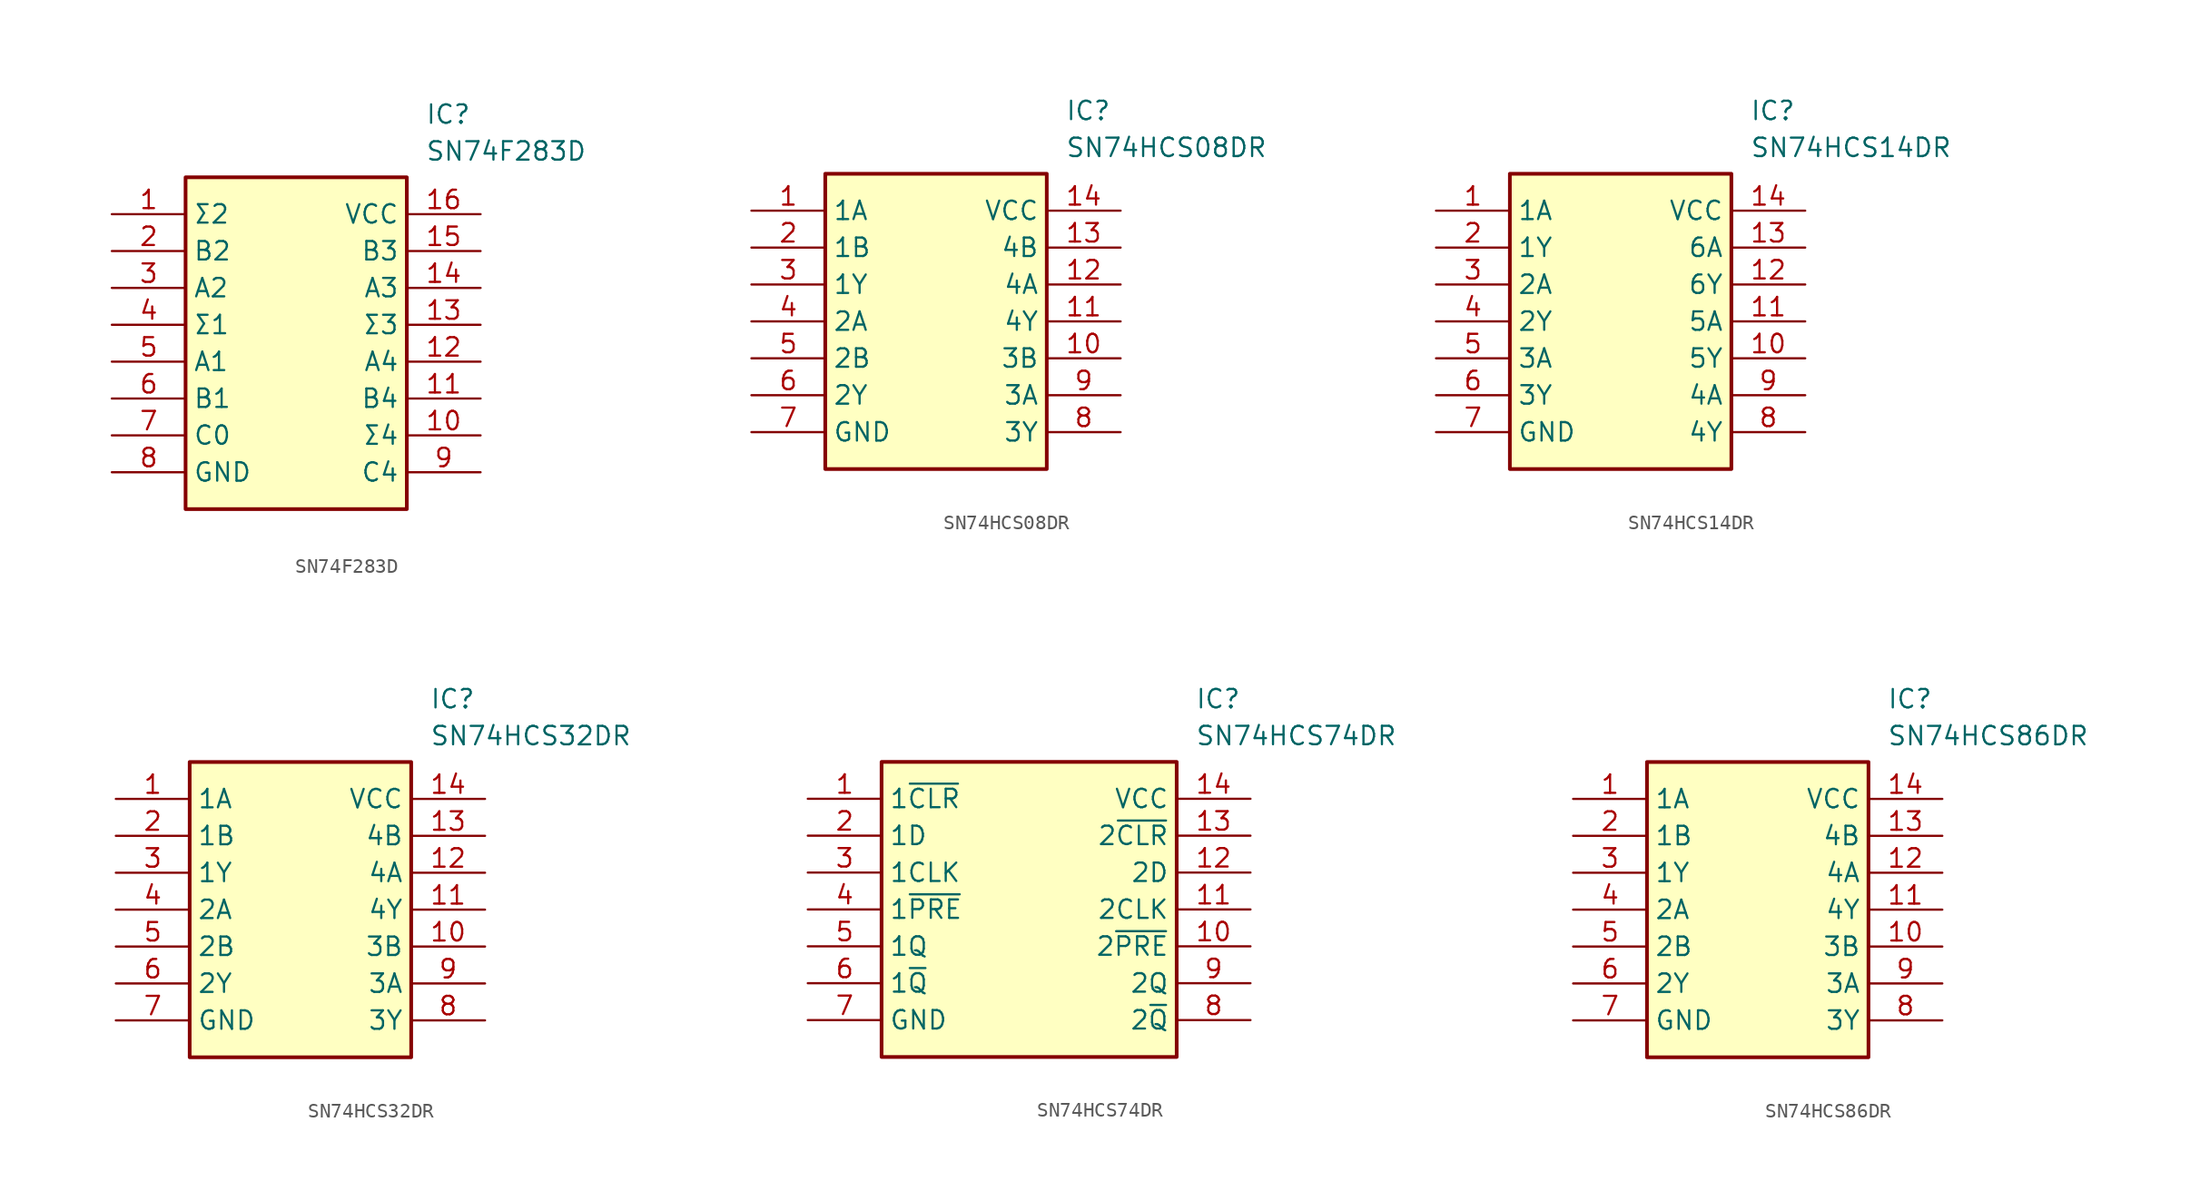
<source format=kicad_sym>
(kicad_symbol_lib
  (version 20241209)
  (generator "kicad_symbol_editor")
  (generator_version "9.0")
  (symbol "SN74F283D"
    (property "Reference" "IC"
      (at 21.59 7.62 0)
      (effects (font (size 1.27 1.27)) (justify left top)))
    (property "Value" "SN74F283D"
      (at 21.59 5.08 0)
      (effects (font (size 1.27 1.27)) (justify left top)))
    (symbol "SN74F283D_1_1"
      (rectangle (start 5.08 2.54) (end 20.32 -20.32) (stroke (width 0.254) (type default)) (fill (type background)))
      (pin passive line (at 0 0 0) (length 5.08) (name "Σ2" (effects (font (size 1.27 1.27)))) (number "1" (effects (font (size 1.27 1.27)))))
      (pin passive line (at 0 -2.54 0) (length 5.08) (name "B2" (effects (font (size 1.27 1.27)))) (number "2" (effects (font (size 1.27 1.27)))))
      (pin passive line (at 0 -5.08 0) (length 5.08) (name "A2" (effects (font (size 1.27 1.27)))) (number "3" (effects (font (size 1.27 1.27)))))
      (pin passive line (at 0 -7.62 0) (length 5.08) (name "Σ1" (effects (font (size 1.27 1.27)))) (number "4" (effects (font (size 1.27 1.27)))))
      (pin passive line (at 0 -10.16 0) (length 5.08) (name "A1" (effects (font (size 1.27 1.27)))) (number "5" (effects (font (size 1.27 1.27)))))
      (pin passive line (at 0 -12.7 0) (length 5.08) (name "B1" (effects (font (size 1.27 1.27)))) (number "6" (effects (font (size 1.27 1.27)))))
      (pin passive line (at 0 -15.24 0) (length 5.08) (name "C0" (effects (font (size 1.27 1.27)))) (number "7" (effects (font (size 1.27 1.27)))))
      (pin passive line (at 0 -17.78 0) (length 5.08) (name "GND" (effects (font (size 1.27 1.27)))) (number "8" (effects (font (size 1.27 1.27)))))
      (pin passive line (at 25.4 0 180) (length 5.08) (name "VCC" (effects (font (size 1.27 1.27)))) (number "16" (effects (font (size 1.27 1.27)))))
      (pin passive line (at 25.4 -2.54 180) (length 5.08) (name "B3" (effects (font (size 1.27 1.27)))) (number "15" (effects (font (size 1.27 1.27)))))
      (pin passive line (at 25.4 -5.08 180) (length 5.08) (name "A3" (effects (font (size 1.27 1.27)))) (number "14" (effects (font (size 1.27 1.27)))))
      (pin passive line (at 25.4 -7.62 180) (length 5.08) (name "Σ3" (effects (font (size 1.27 1.27)))) (number "13" (effects (font (size 1.27 1.27)))))
      (pin passive line (at 25.4 -10.16 180) (length 5.08) (name "A4" (effects (font (size 1.27 1.27)))) (number "12" (effects (font (size 1.27 1.27)))))
      (pin passive line (at 25.4 -12.7 180) (length 5.08) (name "B4" (effects (font (size 1.27 1.27)))) (number "11" (effects (font (size 1.27 1.27)))))
      (pin passive line (at 25.4 -15.24 180) (length 5.08) (name "Σ4" (effects (font (size 1.27 1.27)))) (number "10" (effects (font (size 1.27 1.27)))))
      (pin passive line (at 25.4 -17.78 180) (length 5.08) (name "C4" (effects (font (size 1.27 1.27)))) (number "9" (effects (font (size 1.27 1.27)))))))
  (symbol "SN74HCS08DR"
    (property "Reference" "IC"
      (at 21.59 7.62 0)
      (effects (font (size 1.27 1.27)) (justify left top)))
    (property "Value" "SN74HCS08DR"
      (at 21.59 5.08 0)
      (effects (font (size 1.27 1.27)) (justify left top)))
    (symbol "SN74HCS08DR_1_1"
      (rectangle (start 5.08 2.54) (end 20.32 -17.78) (stroke (width 0.254) (type default)) (fill (type background)))
      (pin passive line (at 0 0 0) (length 5.08) (name "1A" (effects (font (size 1.27 1.27)))) (number "1" (effects (font (size 1.27 1.27)))))
      (pin passive line (at 0 -2.54 0) (length 5.08) (name "1B" (effects (font (size 1.27 1.27)))) (number "2" (effects (font (size 1.27 1.27)))))
      (pin passive line (at 0 -5.08 0) (length 5.08) (name "1Y" (effects (font (size 1.27 1.27)))) (number "3" (effects (font (size 1.27 1.27)))))
      (pin passive line (at 0 -7.62 0) (length 5.08) (name "2A" (effects (font (size 1.27 1.27)))) (number "4" (effects (font (size 1.27 1.27)))))
      (pin passive line (at 0 -10.16 0) (length 5.08) (name "2B" (effects (font (size 1.27 1.27)))) (number "5" (effects (font (size 1.27 1.27)))))
      (pin passive line (at 0 -12.7 0) (length 5.08) (name "2Y" (effects (font (size 1.27 1.27)))) (number "6" (effects (font (size 1.27 1.27)))))
      (pin passive line (at 0 -15.24 0) (length 5.08) (name "GND" (effects (font (size 1.27 1.27)))) (number "7" (effects (font (size 1.27 1.27)))))
      (pin passive line (at 25.4 0 180) (length 5.08) (name "VCC" (effects (font (size 1.27 1.27)))) (number "14" (effects (font (size 1.27 1.27)))))
      (pin passive line (at 25.4 -2.54 180) (length 5.08) (name "4B" (effects (font (size 1.27 1.27)))) (number "13" (effects (font (size 1.27 1.27)))))
      (pin passive line (at 25.4 -5.08 180) (length 5.08) (name "4A" (effects (font (size 1.27 1.27)))) (number "12" (effects (font (size 1.27 1.27)))))
      (pin passive line (at 25.4 -7.62 180) (length 5.08) (name "4Y" (effects (font (size 1.27 1.27)))) (number "11" (effects (font (size 1.27 1.27)))))
      (pin passive line (at 25.4 -10.16 180) (length 5.08) (name "3B" (effects (font (size 1.27 1.27)))) (number "10" (effects (font (size 1.27 1.27)))))
      (pin passive line (at 25.4 -12.7 180) (length 5.08) (name "3A" (effects (font (size 1.27 1.27)))) (number "9" (effects (font (size 1.27 1.27)))))
      (pin passive line (at 25.4 -15.24 180) (length 5.08) (name "3Y" (effects (font (size 1.27 1.27)))) (number "8" (effects (font (size 1.27 1.27)))))))
  (symbol "SN74HCS14DR"
    (property "Reference" "IC"
      (at 21.59 7.62 0)
      (effects (font (size 1.27 1.27)) (justify left top)))
    (property "Value" "SN74HCS14DR"
      (at 21.59 5.08 0)
      (effects (font (size 1.27 1.27)) (justify left top)))
    (symbol "SN74HCS14DR_1_1"
      (rectangle (start 5.08 2.54) (end 20.32 -17.78) (stroke (width 0.254) (type default)) (fill (type background)))
      (pin passive line (at 0 0 0) (length 5.08) (name "1A" (effects (font (size 1.27 1.27)))) (number "1" (effects (font (size 1.27 1.27)))))
      (pin passive line (at 0 -2.54 0) (length 5.08) (name "1Y" (effects (font (size 1.27 1.27)))) (number "2" (effects (font (size 1.27 1.27)))))
      (pin passive line (at 0 -5.08 0) (length 5.08) (name "2A" (effects (font (size 1.27 1.27)))) (number "3" (effects (font (size 1.27 1.27)))))
      (pin passive line (at 0 -7.62 0) (length 5.08) (name "2Y" (effects (font (size 1.27 1.27)))) (number "4" (effects (font (size 1.27 1.27)))))
      (pin passive line (at 0 -10.16 0) (length 5.08) (name "3A" (effects (font (size 1.27 1.27)))) (number "5" (effects (font (size 1.27 1.27)))))
      (pin passive line (at 0 -12.7 0) (length 5.08) (name "3Y" (effects (font (size 1.27 1.27)))) (number "6" (effects (font (size 1.27 1.27)))))
      (pin power_in line (at 0 -15.24 0) (length 5.08) (name "GND" (effects (font (size 1.27 1.27)))) (number "7" (effects (font (size 1.27 1.27)))))
      (pin power_in line (at 25.4 0 180) (length 5.08) (name "VCC" (effects (font (size 1.27 1.27)))) (number "14" (effects (font (size 1.27 1.27)))))
      (pin passive line (at 25.4 -2.54 180) (length 5.08) (name "6A" (effects (font (size 1.27 1.27)))) (number "13" (effects (font (size 1.27 1.27)))))
      (pin passive line (at 25.4 -5.08 180) (length 5.08) (name "6Y" (effects (font (size 1.27 1.27)))) (number "12" (effects (font (size 1.27 1.27)))))
      (pin passive line (at 25.4 -7.62 180) (length 5.08) (name "5A" (effects (font (size 1.27 1.27)))) (number "11" (effects (font (size 1.27 1.27)))))
      (pin passive line (at 25.4 -10.16 180) (length 5.08) (name "5Y" (effects (font (size 1.27 1.27)))) (number "10" (effects (font (size 1.27 1.27)))))
      (pin passive line (at 25.4 -12.7 180) (length 5.08) (name "4A" (effects (font (size 1.27 1.27)))) (number "9" (effects (font (size 1.27 1.27)))))
      (pin passive line (at 25.4 -15.24 180) (length 5.08) (name "4Y" (effects (font (size 1.27 1.27)))) (number "8" (effects (font (size 1.27 1.27)))))))
  (symbol "SN74HCS32DR"
    (property "Reference" "IC"
      (at 21.59 7.62 0)
      (effects (font (size 1.27 1.27)) (justify left top)))
    (property "Value" "SN74HCS32DR"
      (at 21.59 5.08 0)
      (effects (font (size 1.27 1.27)) (justify left top)))
    (symbol "SN74HCS32DR_1_1"
      (rectangle (start 5.08 2.54) (end 20.32 -17.78) (stroke (width 0.254) (type default)) (fill (type background)))
      (pin passive line (at 0 0 0) (length 5.08) (name "1A" (effects (font (size 1.27 1.27)))) (number "1" (effects (font (size 1.27 1.27)))))
      (pin passive line (at 0 -2.54 0) (length 5.08) (name "1B" (effects (font (size 1.27 1.27)))) (number "2" (effects (font (size 1.27 1.27)))))
      (pin passive line (at 0 -5.08 0) (length 5.08) (name "1Y" (effects (font (size 1.27 1.27)))) (number "3" (effects (font (size 1.27 1.27)))))
      (pin passive line (at 0 -7.62 0) (length 5.08) (name "2A" (effects (font (size 1.27 1.27)))) (number "4" (effects (font (size 1.27 1.27)))))
      (pin passive line (at 0 -10.16 0) (length 5.08) (name "2B" (effects (font (size 1.27 1.27)))) (number "5" (effects (font (size 1.27 1.27)))))
      (pin passive line (at 0 -12.7 0) (length 5.08) (name "2Y" (effects (font (size 1.27 1.27)))) (number "6" (effects (font (size 1.27 1.27)))))
      (pin passive line (at 0 -15.24 0) (length 5.08) (name "GND" (effects (font (size 1.27 1.27)))) (number "7" (effects (font (size 1.27 1.27)))))
      (pin passive line (at 25.4 0 180) (length 5.08) (name "VCC" (effects (font (size 1.27 1.27)))) (number "14" (effects (font (size 1.27 1.27)))))
      (pin passive line (at 25.4 -2.54 180) (length 5.08) (name "4B" (effects (font (size 1.27 1.27)))) (number "13" (effects (font (size 1.27 1.27)))))
      (pin passive line (at 25.4 -5.08 180) (length 5.08) (name "4A" (effects (font (size 1.27 1.27)))) (number "12" (effects (font (size 1.27 1.27)))))
      (pin passive line (at 25.4 -7.62 180) (length 5.08) (name "4Y" (effects (font (size 1.27 1.27)))) (number "11" (effects (font (size 1.27 1.27)))))
      (pin passive line (at 25.4 -10.16 180) (length 5.08) (name "3B" (effects (font (size 1.27 1.27)))) (number "10" (effects (font (size 1.27 1.27)))))
      (pin passive line (at 25.4 -12.7 180) (length 5.08) (name "3A" (effects (font (size 1.27 1.27)))) (number "9" (effects (font (size 1.27 1.27)))))
      (pin passive line (at 25.4 -15.24 180) (length 5.08) (name "3Y" (effects (font (size 1.27 1.27)))) (number "8" (effects (font (size 1.27 1.27)))))))
  (symbol "SN74HCS74DR"
    (property "Reference" "IC"
      (at 26.67 7.62 0)
      (effects (font (size 1.27 1.27)) (justify left top)))
    (property "Value" "SN74HCS74DR"
      (at 26.67 5.08 0)
      (effects (font (size 1.27 1.27)) (justify left top)))
    (symbol "SN74HCS74DR_1_1"
      (rectangle (start 5.08 2.54) (end 25.4 -17.78) (stroke (width 0.254) (type default)) (fill (type background)))
      (pin passive line (at 0 0 0) (length 5.08) (name "1~{CLR}" (effects (font (size 1.27 1.27)))) (number "1" (effects (font (size 1.27 1.27)))))
      (pin passive line (at 0 -2.54 0) (length 5.08) (name "1D" (effects (font (size 1.27 1.27)))) (number "2" (effects (font (size 1.27 1.27)))))
      (pin passive line (at 0 -5.08 0) (length 5.08) (name "1CLK" (effects (font (size 1.27 1.27)))) (number "3" (effects (font (size 1.27 1.27)))))
      (pin passive line (at 0 -7.62 0) (length 5.08) (name "1~{PRE}" (effects (font (size 1.27 1.27)))) (number "4" (effects (font (size 1.27 1.27)))))
      (pin passive line (at 0 -10.16 0) (length 5.08) (name "1Q" (effects (font (size 1.27 1.27)))) (number "5" (effects (font (size 1.27 1.27)))))
      (pin passive line (at 0 -12.7 0) (length 5.08) (name "1~{Q}" (effects (font (size 1.27 1.27)))) (number "6" (effects (font (size 1.27 1.27)))))
      (pin passive line (at 0 -15.24 0) (length 5.08) (name "GND" (effects (font (size 1.27 1.27)))) (number "7" (effects (font (size 1.27 1.27)))))
      (pin passive line (at 30.48 0 180) (length 5.08) (name "VCC" (effects (font (size 1.27 1.27)))) (number "14" (effects (font (size 1.27 1.27)))))
      (pin passive line (at 30.48 -2.54 180) (length 5.08) (name "2~{CLR}" (effects (font (size 1.27 1.27)))) (number "13" (effects (font (size 1.27 1.27)))))
      (pin passive line (at 30.48 -5.08 180) (length 5.08) (name "2D" (effects (font (size 1.27 1.27)))) (number "12" (effects (font (size 1.27 1.27)))))
      (pin passive line (at 30.48 -7.62 180) (length 5.08) (name "2CLK" (effects (font (size 1.27 1.27)))) (number "11" (effects (font (size 1.27 1.27)))))
      (pin passive line (at 30.48 -10.16 180) (length 5.08) (name "2~{PRE}" (effects (font (size 1.27 1.27)))) (number "10" (effects (font (size 1.27 1.27)))))
      (pin passive line (at 30.48 -12.7 180) (length 5.08) (name "2Q" (effects (font (size 1.27 1.27)))) (number "9" (effects (font (size 1.27 1.27)))))
      (pin passive line (at 30.48 -15.24 180) (length 5.08) (name "2~{Q}" (effects (font (size 1.27 1.27)))) (number "8" (effects (font (size 1.27 1.27)))))))
  (symbol "SN74HCS86DR"
    (property "Reference" "IC"
      (at 21.59 7.62 0)
      (effects (font (size 1.27 1.27)) (justify left top)))
    (property "Value" "SN74HCS86DR"
      (at 21.59 5.08 0)
      (effects (font (size 1.27 1.27)) (justify left top)))
    (symbol "SN74HCS86DR_1_1"
      (rectangle (start 5.08 2.54) (end 20.32 -17.78) (stroke (width 0.254) (type default)) (fill (type background)))
      (pin passive line (at 0 0 0) (length 5.08) (name "1A" (effects (font (size 1.27 1.27)))) (number "1" (effects (font (size 1.27 1.27)))))
      (pin passive line (at 0 -2.54 0) (length 5.08) (name "1B" (effects (font (size 1.27 1.27)))) (number "2" (effects (font (size 1.27 1.27)))))
      (pin passive line (at 0 -5.08 0) (length 5.08) (name "1Y" (effects (font (size 1.27 1.27)))) (number "3" (effects (font (size 1.27 1.27)))))
      (pin passive line (at 0 -7.62 0) (length 5.08) (name "2A" (effects (font (size 1.27 1.27)))) (number "4" (effects (font (size 1.27 1.27)))))
      (pin passive line (at 0 -10.16 0) (length 5.08) (name "2B" (effects (font (size 1.27 1.27)))) (number "5" (effects (font (size 1.27 1.27)))))
      (pin passive line (at 0 -12.7 0) (length 5.08) (name "2Y" (effects (font (size 1.27 1.27)))) (number "6" (effects (font (size 1.27 1.27)))))
      (pin passive line (at 0 -15.24 0) (length 5.08) (name "GND" (effects (font (size 1.27 1.27)))) (number "7" (effects (font (size 1.27 1.27)))))
      (pin passive line (at 25.4 0 180) (length 5.08) (name "VCC" (effects (font (size 1.27 1.27)))) (number "14" (effects (font (size 1.27 1.27)))))
      (pin passive line (at 25.4 -2.54 180) (length 5.08) (name "4B" (effects (font (size 1.27 1.27)))) (number "13" (effects (font (size 1.27 1.27)))))
      (pin passive line (at 25.4 -5.08 180) (length 5.08) (name "4A" (effects (font (size 1.27 1.27)))) (number "12" (effects (font (size 1.27 1.27)))))
      (pin passive line (at 25.4 -7.62 180) (length 5.08) (name "4Y" (effects (font (size 1.27 1.27)))) (number "11" (effects (font (size 1.27 1.27)))))
      (pin passive line (at 25.4 -10.16 180) (length 5.08) (name "3B" (effects (font (size 1.27 1.27)))) (number "10" (effects (font (size 1.27 1.27)))))
      (pin passive line (at 25.4 -12.7 180) (length 5.08) (name "3A" (effects (font (size 1.27 1.27)))) (number "9" (effects (font (size 1.27 1.27)))))
      (pin passive line (at 25.4 -15.24 180) (length 5.08) (name "3Y" (effects (font (size 1.27 1.27)))) (number "8" (effects (font (size 1.27 1.27))))))))
</source>
